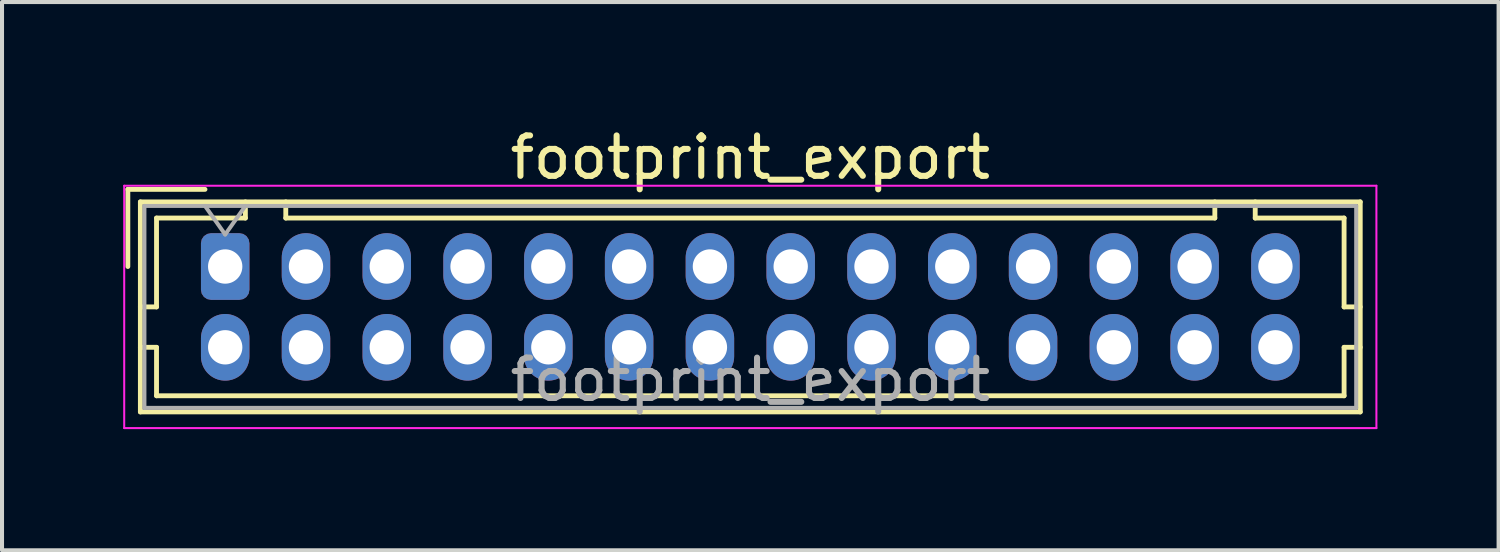
<source format=kicad_pcb>
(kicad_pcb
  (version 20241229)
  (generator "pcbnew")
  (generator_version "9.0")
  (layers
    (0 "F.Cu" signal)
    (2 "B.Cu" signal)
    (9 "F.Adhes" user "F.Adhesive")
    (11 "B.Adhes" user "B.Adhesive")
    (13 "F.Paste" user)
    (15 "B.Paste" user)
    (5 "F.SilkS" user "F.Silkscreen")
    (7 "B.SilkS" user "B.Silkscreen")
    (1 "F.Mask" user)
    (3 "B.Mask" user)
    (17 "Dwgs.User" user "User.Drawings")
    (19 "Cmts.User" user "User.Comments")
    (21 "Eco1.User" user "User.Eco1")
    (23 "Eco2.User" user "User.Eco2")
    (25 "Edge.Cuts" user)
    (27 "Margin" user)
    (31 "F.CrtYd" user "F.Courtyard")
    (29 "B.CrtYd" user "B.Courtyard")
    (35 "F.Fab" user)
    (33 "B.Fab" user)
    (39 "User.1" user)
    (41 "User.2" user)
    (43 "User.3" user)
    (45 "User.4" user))
  (footprint "footprint_export"
    (layer "F.Cu")
    (at 2.525 3.548)
    (property "Reference" "footprint_export" (at 13 -2.7 0) (layer "F.SilkS") (effects (font (size 1 1) (thickness 0.15))))
    (attr through_hole)
    (fp_line (start -2.41 -1.91) (end -0.5 -1.91) (stroke (width 0.12) (type solid)) (layer "F.SilkS"))
    (fp_line (start -2.41 0) (end -2.41 -1.91) (stroke (width 0.12) (type solid)) (layer "F.SilkS"))
    (fp_line (start -2.1 -1.6) (end -2.1 3.6) (stroke (width 0.12) (type solid)) (layer "F.SilkS"))
    (fp_line (start -2.1 1) (end -1.7 1) (stroke (width 0.12) (type solid)) (layer "F.SilkS"))
    (fp_line (start -2.1 2) (end -1.7 2) (stroke (width 0.12) (type solid)) (layer "F.SilkS"))
    (fp_line (start -2.1 3.6) (end 28.1 3.6) (stroke (width 0.12) (type solid)) (layer "F.SilkS"))
    (fp_line (start -1.7 -1.2) (end 0.5 -1.2) (stroke (width 0.12) (type solid)) (layer "F.SilkS"))
    (fp_line (start -1.7 1) (end -1.7 -1.2) (stroke (width 0.12) (type solid)) (layer "F.SilkS"))
    (fp_line (start -1.7 2) (end -1.7 3.2) (stroke (width 0.12) (type solid)) (layer "F.SilkS"))
    (fp_line (start -1.7 3.2) (end 27.7 3.2) (stroke (width 0.12) (type solid)) (layer "F.SilkS"))
    (fp_line (start 0.5 -1.2) (end 0.5 -1.6) (stroke (width 0.12) (type solid)) (layer "F.SilkS"))
    (fp_line (start 1.5 -1.6) (end 1.5 -1.2) (stroke (width 0.12) (type solid)) (layer "F.SilkS"))
    (fp_line (start 1.5 -1.2) (end 24.5 -1.2) (stroke (width 0.12) (type solid)) (layer "F.SilkS"))
    (fp_line (start 24.5 -1.2) (end 24.5 -1.6) (stroke (width 0.12) (type solid)) (layer "F.SilkS"))
    (fp_line (start 25.5 -1.2) (end 25.5 -1.6) (stroke (width 0.12) (type solid)) (layer "F.SilkS"))
    (fp_line (start 27.7 -1.2) (end 25.5 -1.2) (stroke (width 0.12) (type solid)) (layer "F.SilkS"))
    (fp_line (start 27.7 1) (end 27.7 -1.2) (stroke (width 0.12) (type solid)) (layer "F.SilkS"))
    (fp_line (start 27.7 2) (end 28.1 2) (stroke (width 0.12) (type solid)) (layer "F.SilkS"))
    (fp_line (start 27.7 3.2) (end 27.7 2) (stroke (width 0.12) (type solid)) (layer "F.SilkS"))
    (fp_line (start 28.1 -1.6) (end -2.1 -1.6) (stroke (width 0.12) (type solid)) (layer "F.SilkS"))
    (fp_line (start 28.1 1) (end 27.7 1) (stroke (width 0.12) (type solid)) (layer "F.SilkS"))
    (fp_line (start 28.1 3.6) (end 28.1 -1.6) (stroke (width 0.12) (type solid)) (layer "F.SilkS"))
    (fp_line (start -2.5 -2) (end -2.5 4) (stroke (width 0.05) (type solid)) (layer "F.CrtYd"))
    (fp_line (start -2.5 4) (end 28.5 4) (stroke (width 0.05) (type solid)) (layer "F.CrtYd"))
    (fp_line (start 28.5 -2) (end -2.5 -2) (stroke (width 0.05) (type solid)) (layer "F.CrtYd"))
    (fp_line (start 28.5 4) (end 28.5 -2) (stroke (width 0.05) (type solid)) (layer "F.CrtYd"))
    (fp_line (start -2 -1.5) (end -2 3.5) (stroke (width 0.1) (type solid)) (layer "F.Fab"))
    (fp_line (start -2 3.5) (end 28 3.5) (stroke (width 0.1) (type solid)) (layer "F.Fab"))
    (fp_line (start -0.5 -1.5) (end 0 -0.793) (stroke (width 0.1) (type solid)) (layer "F.Fab"))
    (fp_line (start 0 -0.793) (end 0.5 -1.5) (stroke (width 0.1) (type solid)) (layer "F.Fab"))
    (fp_line (start 28 -1.5) (end -2 -1.5) (stroke (width 0.1) (type solid)) (layer "F.Fab"))
    (fp_line (start 28 3.5) (end 28 -1.5) (stroke (width 0.1) (type solid)) (layer "F.Fab"))
    (fp_text user "${REFERENCE}" (at 13 2.8 0) (layer "F.Fab") (effects (font (size 1 1) (thickness 0.15))))
    (pad "1" thru_hole roundrect (at 0 0) (size 1.2 1.65) (drill 0.85) (layers "*.Cu" "*.Mask") (roundrect_rratio 0.208))
    (pad "2" thru_hole oval (at 0 2) (size 1.2 1.65) (drill 0.85) (layers "*.Cu" "*.Mask"))
    (pad "3" thru_hole oval (at 2 0) (size 1.2 1.65) (drill 0.85) (layers "*.Cu" "*.Mask"))
    (pad "4" thru_hole oval (at 2 2) (size 1.2 1.65) (drill 0.85) (layers "*.Cu" "*.Mask"))
    (pad "5" thru_hole oval (at 4 0) (size 1.2 1.65) (drill 0.85) (layers "*.Cu" "*.Mask"))
    (pad "6" thru_hole oval (at 4 2) (size 1.2 1.65) (drill 0.85) (layers "*.Cu" "*.Mask"))
    (pad "7" thru_hole oval (at 6 0) (size 1.2 1.65) (drill 0.85) (layers "*.Cu" "*.Mask"))
    (pad "8" thru_hole oval (at 6 2) (size 1.2 1.65) (drill 0.85) (layers "*.Cu" "*.Mask"))
    (pad "9" thru_hole oval (at 8 0) (size 1.2 1.65) (drill 0.85) (layers "*.Cu" "*.Mask"))
    (pad "10" thru_hole oval (at 8 2) (size 1.2 1.65) (drill 0.85) (layers "*.Cu" "*.Mask"))
    (pad "11" thru_hole oval (at 10 0) (size 1.2 1.65) (drill 0.85) (layers "*.Cu" "*.Mask"))
    (pad "12" thru_hole oval (at 10 2) (size 1.2 1.65) (drill 0.85) (layers "*.Cu" "*.Mask"))
    (pad "13" thru_hole oval (at 12 0) (size 1.2 1.65) (drill 0.85) (layers "*.Cu" "*.Mask"))
    (pad "14" thru_hole oval (at 12 2) (size 1.2 1.65) (drill 0.85) (layers "*.Cu" "*.Mask"))
    (pad "15" thru_hole oval (at 14 0) (size 1.2 1.65) (drill 0.85) (layers "*.Cu" "*.Mask"))
    (pad "16" thru_hole oval (at 14 2) (size 1.2 1.65) (drill 0.85) (layers "*.Cu" "*.Mask"))
    (pad "17" thru_hole oval (at 16 0) (size 1.2 1.65) (drill 0.85) (layers "*.Cu" "*.Mask"))
    (pad "18" thru_hole oval (at 16 2) (size 1.2 1.65) (drill 0.85) (layers "*.Cu" "*.Mask"))
    (pad "19" thru_hole oval (at 18 0) (size 1.2 1.65) (drill 0.85) (layers "*.Cu" "*.Mask"))
    (pad "20" thru_hole oval (at 18 2) (size 1.2 1.65) (drill 0.85) (layers "*.Cu" "*.Mask"))
    (pad "21" thru_hole oval (at 20 0) (size 1.2 1.65) (drill 0.85) (layers "*.Cu" "*.Mask"))
    (pad "22" thru_hole oval (at 20 2) (size 1.2 1.65) (drill 0.85) (layers "*.Cu" "*.Mask"))
    (pad "23" thru_hole oval (at 22 0) (size 1.2 1.65) (drill 0.85) (layers "*.Cu" "*.Mask"))
    (pad "24" thru_hole oval (at 22 2) (size 1.2 1.65) (drill 0.85) (layers "*.Cu" "*.Mask"))
    (pad "25" thru_hole oval (at 24 0) (size 1.2 1.65) (drill 0.85) (layers "*.Cu" "*.Mask"))
    (pad "26" thru_hole oval (at 24 2) (size 1.2 1.65) (drill 0.85) (layers "*.Cu" "*.Mask"))
    (pad "27" thru_hole oval (at 26 0) (size 1.2 1.65) (drill 0.85) (layers "*.Cu" "*.Mask"))
    (pad "28" thru_hole oval (at 26 2) (size 1.2 1.65) (drill 0.85) (layers "*.Cu" "*.Mask")))
  (gr_rect
    (start -3 -3)
    (end 34.05 10.573)
    (stroke (width 0.1) (type default))
    (fill no)
    (layer "Edge.Cuts")))
</source>
